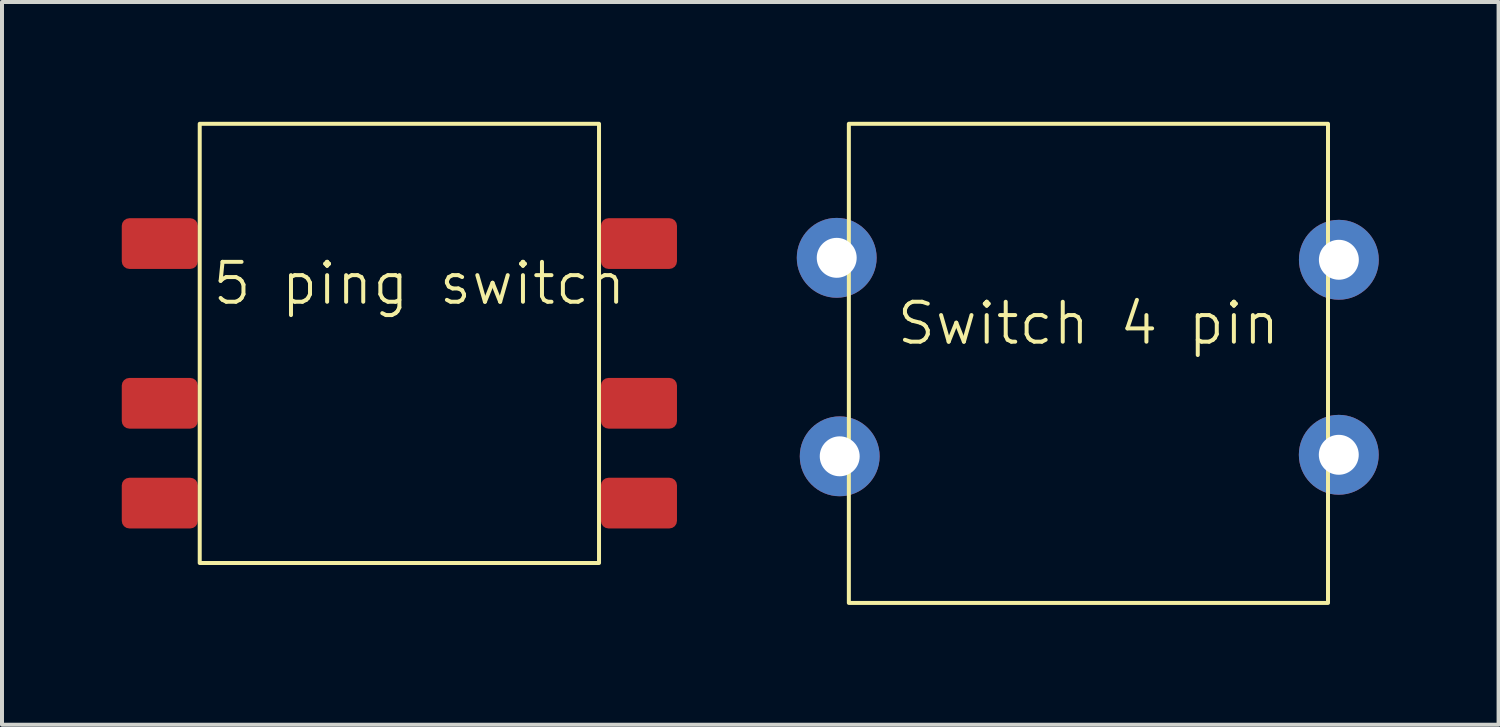
<source format=kicad_pcb>
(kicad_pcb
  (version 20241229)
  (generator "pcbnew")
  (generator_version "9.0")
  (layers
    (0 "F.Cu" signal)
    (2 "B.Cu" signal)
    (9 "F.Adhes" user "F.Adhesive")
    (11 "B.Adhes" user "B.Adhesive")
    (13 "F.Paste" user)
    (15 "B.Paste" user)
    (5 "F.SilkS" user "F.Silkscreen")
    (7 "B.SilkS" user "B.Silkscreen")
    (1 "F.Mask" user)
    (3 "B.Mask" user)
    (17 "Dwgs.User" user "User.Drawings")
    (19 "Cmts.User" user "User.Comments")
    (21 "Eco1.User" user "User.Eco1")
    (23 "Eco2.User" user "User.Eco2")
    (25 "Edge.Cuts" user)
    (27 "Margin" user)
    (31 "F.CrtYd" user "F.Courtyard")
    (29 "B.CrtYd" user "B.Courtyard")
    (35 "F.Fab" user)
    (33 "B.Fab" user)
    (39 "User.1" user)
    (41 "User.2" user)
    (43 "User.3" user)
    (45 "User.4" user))
  (footprint "Switch 4 pin"
    (layer "F.Cu")
    (at 24.209 5.55)
    (property "Reference" "Switch 4 pin" (at 0 -0.5 0) (unlocked yes) (layer "F.SilkS") (effects (font (size 1 1) (thickness 0.1))))
    (attr smd)
    (fp_rect (start -6 -5.5) (end 6 6.5) (stroke (width 0.1) (type default)) (fill no) (layer "F.SilkS"))
    (pad "1" thru_hole circle (at -6.304 -2.143) (size 2 2) (drill 1) (layers "*.Cu" "*.Mask"))
    (pad "1" thru_hole circle (at 6.272 -2.094) (size 2 2) (drill 1) (layers "*.Cu" "*.Mask"))
    (pad "GND" thru_hole circle (at -6.229 2.828) (size 2 2) (drill 1) (layers "*.Cu" "*.Mask"))
    (pad "GND" thru_hole circle (at 6.27 2.79) (size 2 2) (drill 1) (layers "*.Cu" "*.Mask")))
  (footprint "5 ping switch"
    (layer "F.Cu")
    (at 7.452 4.55)
    (property "Reference" "5 ping switch" (at 0 -0.5 0) (unlocked yes) (layer "F.SilkS") (effects (font (size 1 1) (thickness 0.1))))
    (attr smd)
    (fp_rect (start -5.5 -4.5) (end 4.5 6.5) (stroke (width 0.1) (type solid)) (fill no) (layer "F.SilkS"))
    (pad "1" smd roundrect (at 5.5 -1.5) (size 1.905 1.27) (layers "F.Cu" "F.Mask" "F.Paste") (roundrect_rratio 0.15))
    (pad "2" smd roundrect (at 5.5 2.5) (size 1.905 1.27) (layers "F.Cu" "F.Mask" "F.Paste") (roundrect_rratio 0.15))
    (pad "3" smd roundrect (at -6.5 5) (size 1.905 1.27) (layers "F.Cu" "F.Mask" "F.Paste") (roundrect_rratio 0.15))
    (pad "4" smd roundrect (at -6.5 2.5) (size 1.905 1.27) (layers "F.Cu" "F.Mask" "F.Paste") (roundrect_rratio 0.15))
    (pad "5" smd roundrect (at -6.5 -1.5) (size 1.905 1.27) (layers "F.Cu" "F.Mask" "F.Paste") (roundrect_rratio 0.15))
    (pad "GND" smd roundrect (at 5.5 5) (size 1.905 1.27) (layers "F.Cu" "F.Mask" "F.Paste") (roundrect_rratio 0.15)))
  (gr_rect
    (start -3 -3)
    (end 34.481 15.1)
    (stroke (width 0.1) (type default))
    (fill no)
    (layer "Edge.Cuts")))
</source>
